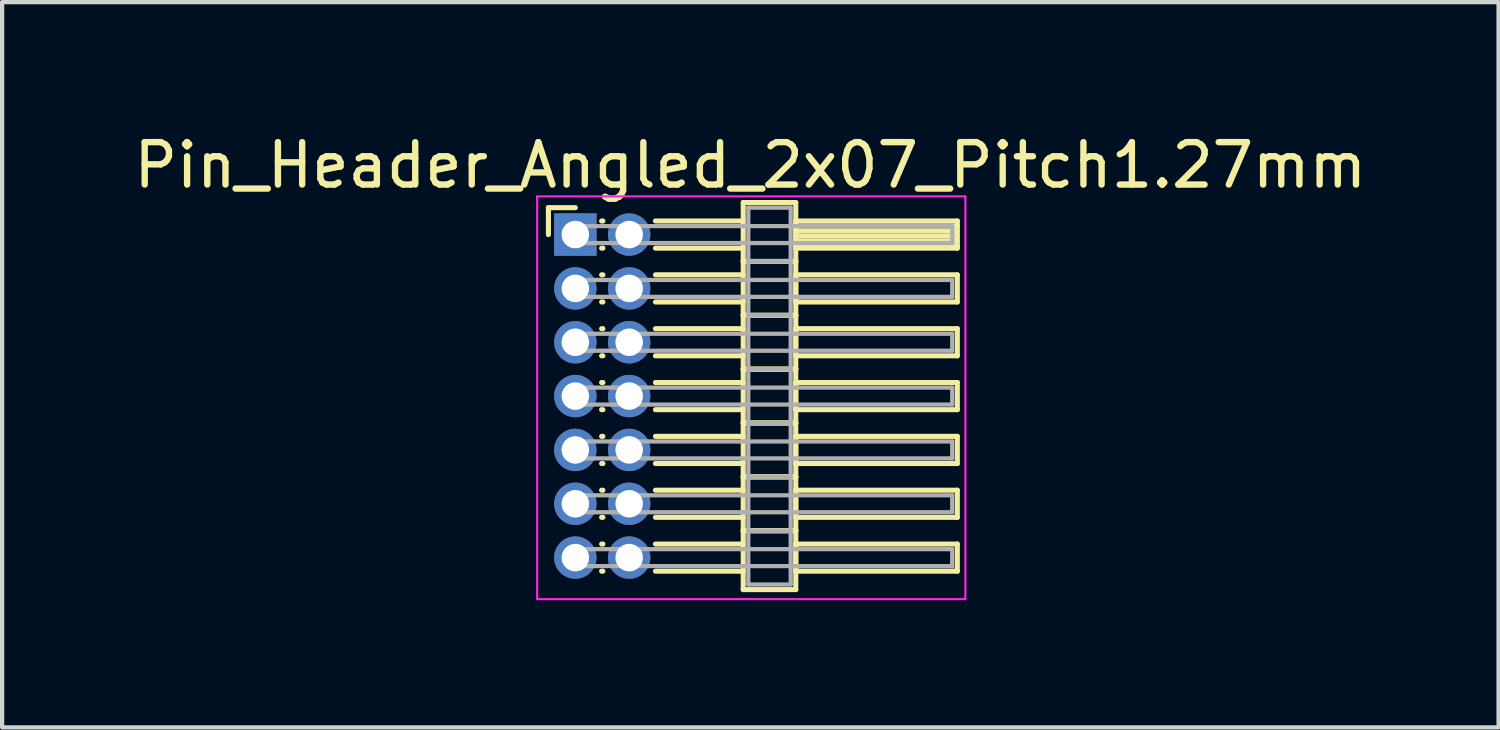
<source format=kicad_pcb>
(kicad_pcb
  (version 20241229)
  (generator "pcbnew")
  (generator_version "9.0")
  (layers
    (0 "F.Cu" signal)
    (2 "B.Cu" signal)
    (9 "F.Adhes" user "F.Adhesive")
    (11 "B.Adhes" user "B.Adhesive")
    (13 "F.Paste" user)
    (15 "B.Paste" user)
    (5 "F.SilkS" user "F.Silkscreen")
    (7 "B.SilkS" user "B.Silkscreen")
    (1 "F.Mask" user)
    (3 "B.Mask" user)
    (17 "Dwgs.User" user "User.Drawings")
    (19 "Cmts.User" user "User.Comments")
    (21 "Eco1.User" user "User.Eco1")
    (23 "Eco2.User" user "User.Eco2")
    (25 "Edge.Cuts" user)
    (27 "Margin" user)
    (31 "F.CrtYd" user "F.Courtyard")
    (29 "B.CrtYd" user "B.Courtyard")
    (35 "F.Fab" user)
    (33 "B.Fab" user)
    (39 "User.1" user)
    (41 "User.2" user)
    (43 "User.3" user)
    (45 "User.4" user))
  (footprint "Pin_Header_Angled_2x07_Pitch1.27mm"
    (layer "F.Cu")
    (at 10.521 2.483)
    (property "Reference" "Pin_Header_Angled_2x07_Pitch1.27mm" (at 4.128 -1.635 0) (layer "F.SilkS") (effects (font (size 1 1) (thickness 0.15))))
    (attr through_hole)
    (fp_line (start -0.635 -0.635) (end 0 -0.635) (stroke (width 0.12) (type solid)) (layer "F.SilkS"))
    (fp_line (start -0.635 0) (end -0.635 -0.635) (stroke (width 0.12) (type solid)) (layer "F.SilkS"))
    (fp_line (start 0.62 -0.32) (end 0.65 -0.32) (stroke (width 0.12) (type solid)) (layer "F.SilkS"))
    (fp_line (start 0.62 0.32) (end 0.65 0.32) (stroke (width 0.12) (type solid)) (layer "F.SilkS"))
    (fp_line (start 0.62 0.95) (end 0.65 0.95) (stroke (width 0.12) (type solid)) (layer "F.SilkS"))
    (fp_line (start 0.62 1.59) (end 0.65 1.59) (stroke (width 0.12) (type solid)) (layer "F.SilkS"))
    (fp_line (start 0.62 2.22) (end 0.65 2.22) (stroke (width 0.12) (type solid)) (layer "F.SilkS"))
    (fp_line (start 0.62 2.86) (end 0.65 2.86) (stroke (width 0.12) (type solid)) (layer "F.SilkS"))
    (fp_line (start 0.62 3.49) (end 0.65 3.49) (stroke (width 0.12) (type solid)) (layer "F.SilkS"))
    (fp_line (start 0.62 4.13) (end 0.65 4.13) (stroke (width 0.12) (type solid)) (layer "F.SilkS"))
    (fp_line (start 0.62 4.76) (end 0.65 4.76) (stroke (width 0.12) (type solid)) (layer "F.SilkS"))
    (fp_line (start 0.62 5.4) (end 0.65 5.4) (stroke (width 0.12) (type solid)) (layer "F.SilkS"))
    (fp_line (start 0.62 6.03) (end 0.65 6.03) (stroke (width 0.12) (type solid)) (layer "F.SilkS"))
    (fp_line (start 0.62 6.67) (end 0.65 6.67) (stroke (width 0.12) (type solid)) (layer "F.SilkS"))
    (fp_line (start 0.62 7.3) (end 0.65 7.3) (stroke (width 0.12) (type solid)) (layer "F.SilkS"))
    (fp_line (start 0.62 7.94) (end 0.65 7.94) (stroke (width 0.12) (type solid)) (layer "F.SilkS"))
    (fp_line (start 1.89 -0.32) (end 3.96 -0.32) (stroke (width 0.12) (type solid)) (layer "F.SilkS"))
    (fp_line (start 1.89 0.32) (end 3.96 0.32) (stroke (width 0.12) (type solid)) (layer "F.SilkS"))
    (fp_line (start 1.89 0.95) (end 3.96 0.95) (stroke (width 0.12) (type solid)) (layer "F.SilkS"))
    (fp_line (start 1.89 1.59) (end 3.96 1.59) (stroke (width 0.12) (type solid)) (layer "F.SilkS"))
    (fp_line (start 1.89 2.22) (end 3.96 2.22) (stroke (width 0.12) (type solid)) (layer "F.SilkS"))
    (fp_line (start 1.89 2.86) (end 3.96 2.86) (stroke (width 0.12) (type solid)) (layer "F.SilkS"))
    (fp_line (start 1.89 3.49) (end 3.96 3.49) (stroke (width 0.12) (type solid)) (layer "F.SilkS"))
    (fp_line (start 1.89 4.13) (end 3.96 4.13) (stroke (width 0.12) (type solid)) (layer "F.SilkS"))
    (fp_line (start 1.89 4.76) (end 3.96 4.76) (stroke (width 0.12) (type solid)) (layer "F.SilkS"))
    (fp_line (start 1.89 5.4) (end 3.96 5.4) (stroke (width 0.12) (type solid)) (layer "F.SilkS"))
    (fp_line (start 1.89 6.03) (end 3.96 6.03) (stroke (width 0.12) (type solid)) (layer "F.SilkS"))
    (fp_line (start 1.89 6.67) (end 3.96 6.67) (stroke (width 0.12) (type solid)) (layer "F.SilkS"))
    (fp_line (start 1.89 7.3) (end 3.96 7.3) (stroke (width 0.12) (type solid)) (layer "F.SilkS"))
    (fp_line (start 1.89 7.94) (end 3.96 7.94) (stroke (width 0.12) (type solid)) (layer "F.SilkS"))
    (fp_line (start 3.96 -0.755) (end 3.96 0.635) (stroke (width 0.12) (type solid)) (layer "F.SilkS"))
    (fp_line (start 3.96 0.635) (end 3.96 1.905) (stroke (width 0.12) (type solid)) (layer "F.SilkS"))
    (fp_line (start 3.96 0.635) (end 5.2 0.635) (stroke (width 0.12) (type solid)) (layer "F.SilkS"))
    (fp_line (start 3.96 1.905) (end 3.96 3.175) (stroke (width 0.12) (type solid)) (layer "F.SilkS"))
    (fp_line (start 3.96 1.905) (end 5.2 1.905) (stroke (width 0.12) (type solid)) (layer "F.SilkS"))
    (fp_line (start 3.96 3.175) (end 3.96 4.445) (stroke (width 0.12) (type solid)) (layer "F.SilkS"))
    (fp_line (start 3.96 3.175) (end 5.2 3.175) (stroke (width 0.12) (type solid)) (layer "F.SilkS"))
    (fp_line (start 3.96 4.445) (end 3.96 5.715) (stroke (width 0.12) (type solid)) (layer "F.SilkS"))
    (fp_line (start 3.96 4.445) (end 5.2 4.445) (stroke (width 0.12) (type solid)) (layer "F.SilkS"))
    (fp_line (start 3.96 5.715) (end 3.96 6.985) (stroke (width 0.12) (type solid)) (layer "F.SilkS"))
    (fp_line (start 3.96 5.715) (end 5.2 5.715) (stroke (width 0.12) (type solid)) (layer "F.SilkS"))
    (fp_line (start 3.96 6.985) (end 3.96 8.375) (stroke (width 0.12) (type solid)) (layer "F.SilkS"))
    (fp_line (start 3.96 6.985) (end 5.2 6.985) (stroke (width 0.12) (type solid)) (layer "F.SilkS"))
    (fp_line (start 3.96 8.375) (end 5.2 8.375) (stroke (width 0.12) (type solid)) (layer "F.SilkS"))
    (fp_line (start 5.2 -0.755) (end 3.96 -0.755) (stroke (width 0.12) (type solid)) (layer "F.SilkS"))
    (fp_line (start 5.2 -0.32) (end 5.2 0.32) (stroke (width 0.12) (type solid)) (layer "F.SilkS"))
    (fp_line (start 5.2 -0.2) (end 9.01 -0.2) (stroke (width 0.12) (type solid)) (layer "F.SilkS"))
    (fp_line (start 5.2 -0.08) (end 9.01 -0.08) (stroke (width 0.12) (type solid)) (layer "F.SilkS"))
    (fp_line (start 5.2 0.04) (end 9.01 0.04) (stroke (width 0.12) (type solid)) (layer "F.SilkS"))
    (fp_line (start 5.2 0.16) (end 9.01 0.16) (stroke (width 0.12) (type solid)) (layer "F.SilkS"))
    (fp_line (start 5.2 0.28) (end 9.01 0.28) (stroke (width 0.12) (type solid)) (layer "F.SilkS"))
    (fp_line (start 5.2 0.32) (end 9.01 0.32) (stroke (width 0.12) (type solid)) (layer "F.SilkS"))
    (fp_line (start 5.2 0.635) (end 3.96 0.635) (stroke (width 0.12) (type solid)) (layer "F.SilkS"))
    (fp_line (start 5.2 0.635) (end 5.2 -0.755) (stroke (width 0.12) (type solid)) (layer "F.SilkS"))
    (fp_line (start 5.2 0.95) (end 5.2 1.59) (stroke (width 0.12) (type solid)) (layer "F.SilkS"))
    (fp_line (start 5.2 1.59) (end 9.01 1.59) (stroke (width 0.12) (type solid)) (layer "F.SilkS"))
    (fp_line (start 5.2 1.905) (end 3.96 1.905) (stroke (width 0.12) (type solid)) (layer "F.SilkS"))
    (fp_line (start 5.2 1.905) (end 5.2 0.635) (stroke (width 0.12) (type solid)) (layer "F.SilkS"))
    (fp_line (start 5.2 2.22) (end 5.2 2.86) (stroke (width 0.12) (type solid)) (layer "F.SilkS"))
    (fp_line (start 5.2 2.86) (end 9.01 2.86) (stroke (width 0.12) (type solid)) (layer "F.SilkS"))
    (fp_line (start 5.2 3.175) (end 3.96 3.175) (stroke (width 0.12) (type solid)) (layer "F.SilkS"))
    (fp_line (start 5.2 3.175) (end 5.2 1.905) (stroke (width 0.12) (type solid)) (layer "F.SilkS"))
    (fp_line (start 5.2 3.49) (end 5.2 4.13) (stroke (width 0.12) (type solid)) (layer "F.SilkS"))
    (fp_line (start 5.2 4.13) (end 9.01 4.13) (stroke (width 0.12) (type solid)) (layer "F.SilkS"))
    (fp_line (start 5.2 4.445) (end 3.96 4.445) (stroke (width 0.12) (type solid)) (layer "F.SilkS"))
    (fp_line (start 5.2 4.445) (end 5.2 3.175) (stroke (width 0.12) (type solid)) (layer "F.SilkS"))
    (fp_line (start 5.2 4.76) (end 5.2 5.4) (stroke (width 0.12) (type solid)) (layer "F.SilkS"))
    (fp_line (start 5.2 5.4) (end 9.01 5.4) (stroke (width 0.12) (type solid)) (layer "F.SilkS"))
    (fp_line (start 5.2 5.715) (end 3.96 5.715) (stroke (width 0.12) (type solid)) (layer "F.SilkS"))
    (fp_line (start 5.2 5.715) (end 5.2 4.445) (stroke (width 0.12) (type solid)) (layer "F.SilkS"))
    (fp_line (start 5.2 6.03) (end 5.2 6.67) (stroke (width 0.12) (type solid)) (layer "F.SilkS"))
    (fp_line (start 5.2 6.67) (end 9.01 6.67) (stroke (width 0.12) (type solid)) (layer "F.SilkS"))
    (fp_line (start 5.2 6.985) (end 3.96 6.985) (stroke (width 0.12) (type solid)) (layer "F.SilkS"))
    (fp_line (start 5.2 6.985) (end 5.2 5.715) (stroke (width 0.12) (type solid)) (layer "F.SilkS"))
    (fp_line (start 5.2 7.3) (end 5.2 7.94) (stroke (width 0.12) (type solid)) (layer "F.SilkS"))
    (fp_line (start 5.2 7.94) (end 9.01 7.94) (stroke (width 0.12) (type solid)) (layer "F.SilkS"))
    (fp_line (start 5.2 8.375) (end 5.2 6.985) (stroke (width 0.12) (type solid)) (layer "F.SilkS"))
    (fp_line (start 9.01 -0.32) (end 5.2 -0.32) (stroke (width 0.12) (type solid)) (layer "F.SilkS"))
    (fp_line (start 9.01 0.32) (end 9.01 -0.32) (stroke (width 0.12) (type solid)) (layer "F.SilkS"))
    (fp_line (start 9.01 0.95) (end 5.2 0.95) (stroke (width 0.12) (type solid)) (layer "F.SilkS"))
    (fp_line (start 9.01 1.59) (end 9.01 0.95) (stroke (width 0.12) (type solid)) (layer "F.SilkS"))
    (fp_line (start 9.01 2.22) (end 5.2 2.22) (stroke (width 0.12) (type solid)) (layer "F.SilkS"))
    (fp_line (start 9.01 2.86) (end 9.01 2.22) (stroke (width 0.12) (type solid)) (layer "F.SilkS"))
    (fp_line (start 9.01 3.49) (end 5.2 3.49) (stroke (width 0.12) (type solid)) (layer "F.SilkS"))
    (fp_line (start 9.01 4.13) (end 9.01 3.49) (stroke (width 0.12) (type solid)) (layer "F.SilkS"))
    (fp_line (start 9.01 4.76) (end 5.2 4.76) (stroke (width 0.12) (type solid)) (layer "F.SilkS"))
    (fp_line (start 9.01 5.4) (end 9.01 4.76) (stroke (width 0.12) (type solid)) (layer "F.SilkS"))
    (fp_line (start 9.01 6.03) (end 5.2 6.03) (stroke (width 0.12) (type solid)) (layer "F.SilkS"))
    (fp_line (start 9.01 6.67) (end 9.01 6.03) (stroke (width 0.12) (type solid)) (layer "F.SilkS"))
    (fp_line (start 9.01 7.3) (end 5.2 7.3) (stroke (width 0.12) (type solid)) (layer "F.SilkS"))
    (fp_line (start 9.01 7.94) (end 9.01 7.3) (stroke (width 0.12) (type solid)) (layer "F.SilkS"))
    (fp_line (start -0.9 -0.9) (end -0.9 8.6) (stroke (width 0.05) (type solid)) (layer "F.CrtYd"))
    (fp_line (start -0.9 8.6) (end 9.2 8.6) (stroke (width 0.05) (type solid)) (layer "F.CrtYd"))
    (fp_line (start 9.2 -0.9) (end -0.9 -0.9) (stroke (width 0.05) (type solid)) (layer "F.CrtYd"))
    (fp_line (start 9.2 8.6) (end 9.2 -0.9) (stroke (width 0.05) (type solid)) (layer "F.CrtYd"))
    (fp_line (start 0 -0.2) (end 0 0.2) (stroke (width 0.1) (type solid)) (layer "F.Fab"))
    (fp_line (start 0 0.2) (end 8.89 0.2) (stroke (width 0.1) (type solid)) (layer "F.Fab"))
    (fp_line (start 0 1.07) (end 0 1.47) (stroke (width 0.1) (type solid)) (layer "F.Fab"))
    (fp_line (start 0 1.47) (end 8.89 1.47) (stroke (width 0.1) (type solid)) (layer "F.Fab"))
    (fp_line (start 0 2.34) (end 0 2.74) (stroke (width 0.1) (type solid)) (layer "F.Fab"))
    (fp_line (start 0 2.74) (end 8.89 2.74) (stroke (width 0.1) (type solid)) (layer "F.Fab"))
    (fp_line (start 0 3.61) (end 0 4.01) (stroke (width 0.1) (type solid)) (layer "F.Fab"))
    (fp_line (start 0 4.01) (end 8.89 4.01) (stroke (width 0.1) (type solid)) (layer "F.Fab"))
    (fp_line (start 0 4.88) (end 0 5.28) (stroke (width 0.1) (type solid)) (layer "F.Fab"))
    (fp_line (start 0 5.28) (end 8.89 5.28) (stroke (width 0.1) (type solid)) (layer "F.Fab"))
    (fp_line (start 0 6.15) (end 0 6.55) (stroke (width 0.1) (type solid)) (layer "F.Fab"))
    (fp_line (start 0 6.55) (end 8.89 6.55) (stroke (width 0.1) (type solid)) (layer "F.Fab"))
    (fp_line (start 0 7.42) (end 0 7.82) (stroke (width 0.1) (type solid)) (layer "F.Fab"))
    (fp_line (start 0 7.82) (end 8.89 7.82) (stroke (width 0.1) (type solid)) (layer "F.Fab"))
    (fp_line (start 4.08 -0.635) (end 4.08 0.635) (stroke (width 0.1) (type solid)) (layer "F.Fab"))
    (fp_line (start 4.08 0.635) (end 4.08 1.905) (stroke (width 0.1) (type solid)) (layer "F.Fab"))
    (fp_line (start 4.08 0.635) (end 5.08 0.635) (stroke (width 0.1) (type solid)) (layer "F.Fab"))
    (fp_line (start 4.08 1.905) (end 4.08 3.175) (stroke (width 0.1) (type solid)) (layer "F.Fab"))
    (fp_line (start 4.08 1.905) (end 5.08 1.905) (stroke (width 0.1) (type solid)) (layer "F.Fab"))
    (fp_line (start 4.08 3.175) (end 4.08 4.445) (stroke (width 0.1) (type solid)) (layer "F.Fab"))
    (fp_line (start 4.08 3.175) (end 5.08 3.175) (stroke (width 0.1) (type solid)) (layer "F.Fab"))
    (fp_line (start 4.08 4.445) (end 4.08 5.715) (stroke (width 0.1) (type solid)) (layer "F.Fab"))
    (fp_line (start 4.08 4.445) (end 5.08 4.445) (stroke (width 0.1) (type solid)) (layer "F.Fab"))
    (fp_line (start 4.08 5.715) (end 4.08 6.985) (stroke (width 0.1) (type solid)) (layer "F.Fab"))
    (fp_line (start 4.08 5.715) (end 5.08 5.715) (stroke (width 0.1) (type solid)) (layer "F.Fab"))
    (fp_line (start 4.08 6.985) (end 4.08 8.255) (stroke (width 0.1) (type solid)) (layer "F.Fab"))
    (fp_line (start 4.08 6.985) (end 5.08 6.985) (stroke (width 0.1) (type solid)) (layer "F.Fab"))
    (fp_line (start 4.08 8.255) (end 5.08 8.255) (stroke (width 0.1) (type solid)) (layer "F.Fab"))
    (fp_line (start 5.08 -0.635) (end 4.08 -0.635) (stroke (width 0.1) (type solid)) (layer "F.Fab"))
    (fp_line (start 5.08 0.635) (end 4.08 0.635) (stroke (width 0.1) (type solid)) (layer "F.Fab"))
    (fp_line (start 5.08 0.635) (end 5.08 -0.635) (stroke (width 0.1) (type solid)) (layer "F.Fab"))
    (fp_line (start 5.08 1.905) (end 4.08 1.905) (stroke (width 0.1) (type solid)) (layer "F.Fab"))
    (fp_line (start 5.08 1.905) (end 5.08 0.635) (stroke (width 0.1) (type solid)) (layer "F.Fab"))
    (fp_line (start 5.08 3.175) (end 4.08 3.175) (stroke (width 0.1) (type solid)) (layer "F.Fab"))
    (fp_line (start 5.08 3.175) (end 5.08 1.905) (stroke (width 0.1) (type solid)) (layer "F.Fab"))
    (fp_line (start 5.08 4.445) (end 4.08 4.445) (stroke (width 0.1) (type solid)) (layer "F.Fab"))
    (fp_line (start 5.08 4.445) (end 5.08 3.175) (stroke (width 0.1) (type solid)) (layer "F.Fab"))
    (fp_line (start 5.08 5.715) (end 4.08 5.715) (stroke (width 0.1) (type solid)) (layer "F.Fab"))
    (fp_line (start 5.08 5.715) (end 5.08 4.445) (stroke (width 0.1) (type solid)) (layer "F.Fab"))
    (fp_line (start 5.08 6.985) (end 4.08 6.985) (stroke (width 0.1) (type solid)) (layer "F.Fab"))
    (fp_line (start 5.08 6.985) (end 5.08 5.715) (stroke (width 0.1) (type solid)) (layer "F.Fab"))
    (fp_line (start 5.08 8.255) (end 5.08 6.985) (stroke (width 0.1) (type solid)) (layer "F.Fab"))
    (fp_line (start 8.89 -0.2) (end 0 -0.2) (stroke (width 0.1) (type solid)) (layer "F.Fab"))
    (fp_line (start 8.89 0.2) (end 8.89 -0.2) (stroke (width 0.1) (type solid)) (layer "F.Fab"))
    (fp_line (start 8.89 1.07) (end 0 1.07) (stroke (width 0.1) (type solid)) (layer "F.Fab"))
    (fp_line (start 8.89 1.47) (end 8.89 1.07) (stroke (width 0.1) (type solid)) (layer "F.Fab"))
    (fp_line (start 8.89 2.34) (end 0 2.34) (stroke (width 0.1) (type solid)) (layer "F.Fab"))
    (fp_line (start 8.89 2.74) (end 8.89 2.34) (stroke (width 0.1) (type solid)) (layer "F.Fab"))
    (fp_line (start 8.89 3.61) (end 0 3.61) (stroke (width 0.1) (type solid)) (layer "F.Fab"))
    (fp_line (start 8.89 4.01) (end 8.89 3.61) (stroke (width 0.1) (type solid)) (layer "F.Fab"))
    (fp_line (start 8.89 4.88) (end 0 4.88) (stroke (width 0.1) (type solid)) (layer "F.Fab"))
    (fp_line (start 8.89 5.28) (end 8.89 4.88) (stroke (width 0.1) (type solid)) (layer "F.Fab"))
    (fp_line (start 8.89 6.15) (end 0 6.15) (stroke (width 0.1) (type solid)) (layer "F.Fab"))
    (fp_line (start 8.89 6.55) (end 8.89 6.15) (stroke (width 0.1) (type solid)) (layer "F.Fab"))
    (fp_line (start 8.89 7.42) (end 0 7.42) (stroke (width 0.1) (type solid)) (layer "F.Fab"))
    (fp_line (start 8.89 7.82) (end 8.89 7.42) (stroke (width 0.1) (type solid)) (layer "F.Fab"))
    (pad "1" thru_hole rect (at 0 0) (size 1 1) (drill 0.65) (layers "*.Cu" "*.Mask"))
    (pad "2" thru_hole oval (at 1.27 0) (size 1 1) (drill 0.65) (layers "*.Cu" "*.Mask"))
    (pad "3" thru_hole oval (at 0 1.27) (size 1 1) (drill 0.65) (layers "*.Cu" "*.Mask"))
    (pad "4" thru_hole oval (at 1.27 1.27) (size 1 1) (drill 0.65) (layers "*.Cu" "*.Mask"))
    (pad "5" thru_hole oval (at 0 2.54) (size 1 1) (drill 0.65) (layers "*.Cu" "*.Mask"))
    (pad "6" thru_hole oval (at 1.27 2.54) (size 1 1) (drill 0.65) (layers "*.Cu" "*.Mask"))
    (pad "7" thru_hole oval (at 0 3.81) (size 1 1) (drill 0.65) (layers "*.Cu" "*.Mask"))
    (pad "8" thru_hole oval (at 1.27 3.81) (size 1 1) (drill 0.65) (layers "*.Cu" "*.Mask"))
    (pad "9" thru_hole oval (at 0 5.08) (size 1 1) (drill 0.65) (layers "*.Cu" "*.Mask"))
    (pad "10" thru_hole oval (at 1.27 5.08) (size 1 1) (drill 0.65) (layers "*.Cu" "*.Mask"))
    (pad "11" thru_hole oval (at 0 6.35) (size 1 1) (drill 0.65) (layers "*.Cu" "*.Mask"))
    (pad "12" thru_hole oval (at 1.27 6.35) (size 1 1) (drill 0.65) (layers "*.Cu" "*.Mask"))
    (pad "13" thru_hole oval (at 0 7.62) (size 1 1) (drill 0.65) (layers "*.Cu" "*.Mask"))
    (pad "14" thru_hole oval (at 1.27 7.62) (size 1 1) (drill 0.65) (layers "*.Cu" "*.Mask")))
  (gr_rect
    (start -3 -3)
    (end 32.298 14.108)
    (stroke (width 0.1) (type default))
    (fill no)
    (layer "Edge.Cuts")))
</source>
